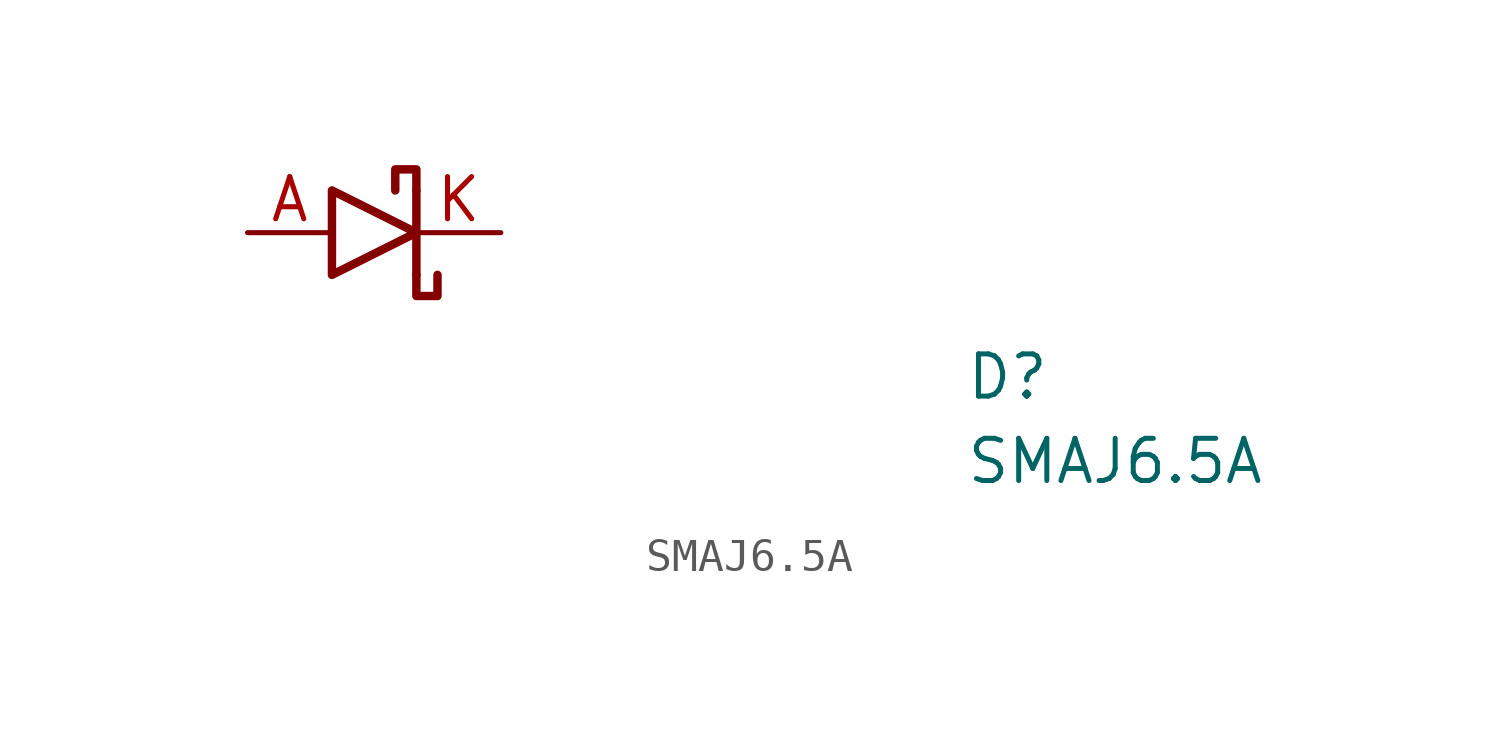
<source format=kicad_sym>
(kicad_symbol_lib
  (version 20211014)
  (generator kicad_symbol_editor)
  (symbol "SMAJ6.5A"
    (pin_names hide)
    (property "Reference" "D"
      (at 21.59 -5.08 0)
      (effects (font (size 1.27 1.27) (thickness 0.15)) (justify left bottom)))
    (property "Value" "SMAJ6.5A"
      (at 21.59 -7.62 0)
      (effects (font (size 1.27 1.27) (thickness 0.15)) (justify left bottom)))
    (symbol "SMAJ6.5A_1_1"
      (polyline (pts (xy 5.08 1.27) (xy 5.08 -1.27)) (stroke (width 0.254) (type default) (color 0 0 0 0)) (fill (type none)))
      (polyline (pts (xy 2.54 1.27) (xy 2.54 -1.27) (xy 5.08 0) (xy 2.54 1.27)) (stroke (width 0.254) (type default) (color 0 0 0 0)) (fill (type none)))
      (polyline (pts (xy 5.08 -1.27) (xy 5.08 -1.905) (xy 5.715 -1.905) (xy 5.715 -1.27)) (stroke (width 0.254) (type default) (color 0 0 0 0)) (fill (type none)))
      (polyline (pts (xy 5.08 1.27) (xy 5.08 1.905) (xy 4.445 1.905) (xy 4.445 1.27)) (stroke (width 0.254) (type default) (color 0 0 0 0)) (fill (type none)))
      (pin passive line (at 0 0 0) (length 2.54) (name "A" (effects (font (size 1.27 1.27)))) (number "A" (effects (font (size 1.27 1.27)))))
      (pin passive line (at 7.62 0 180) (length 2.54) (name "K" (effects (font (size 1.27 1.27)))) (number "K" (effects (font (size 1.27 1.27))))))))
</source>
